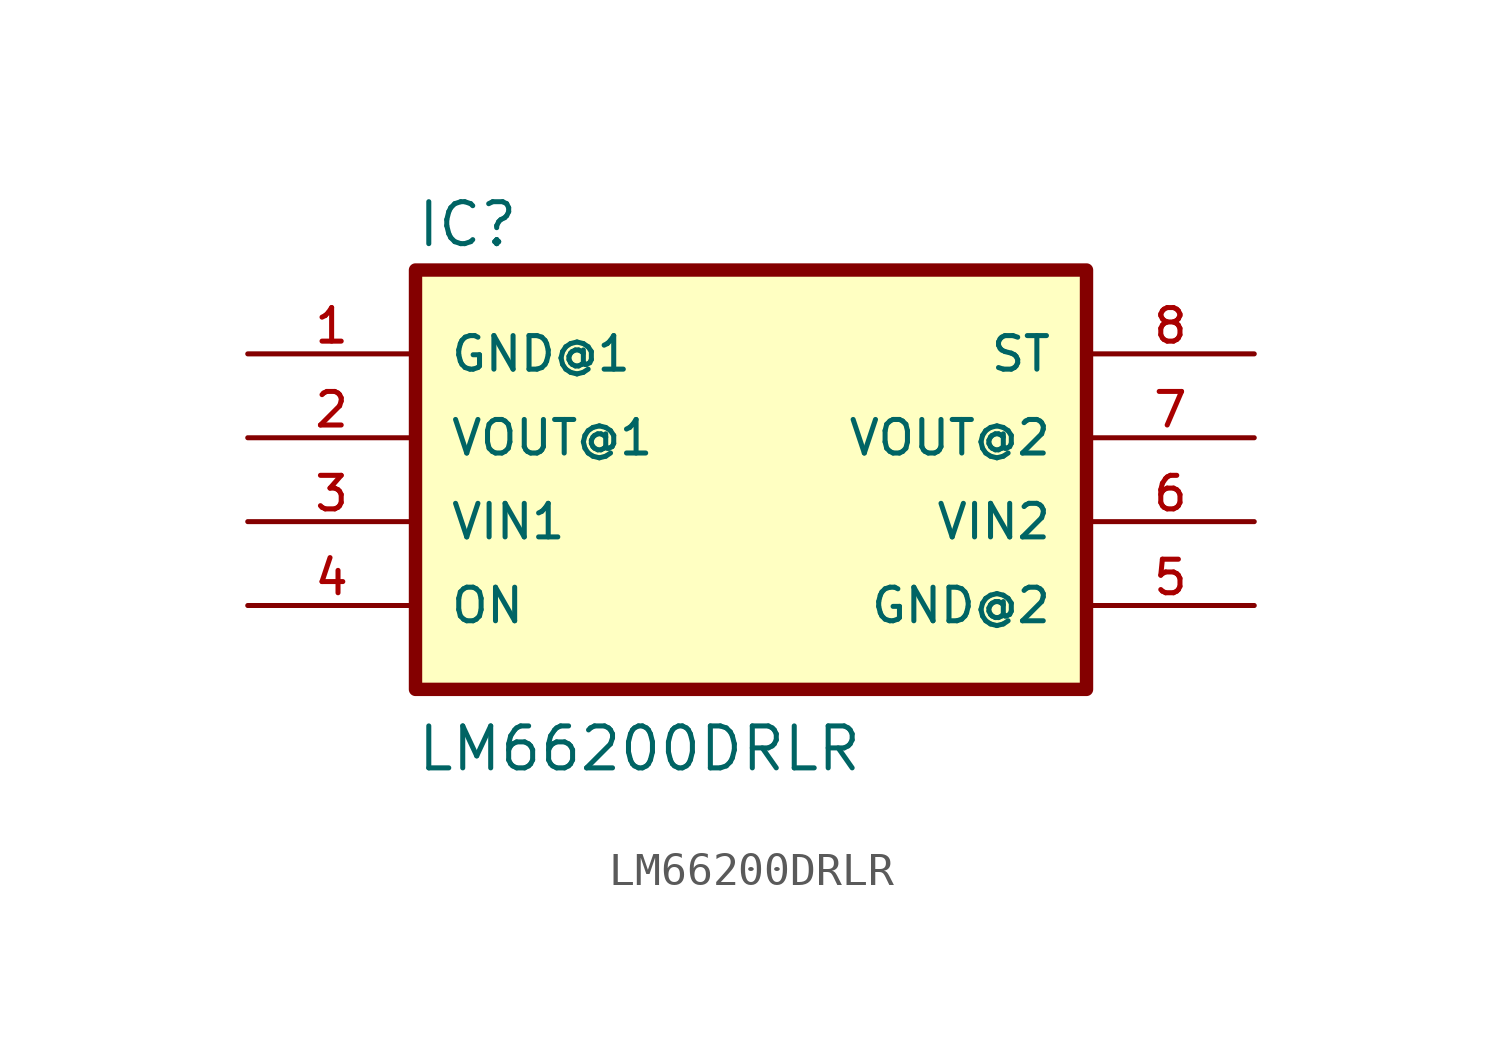
<source format=kicad_sym>
(kicad_symbol_lib
  (version 20211014)
  (generator kicad_symbol_editor)
  (symbol "LM66200DRLR"
    (pin_names
      (offset 1.016))
    (property "Reference" "IC"
      (at -10.16 8.255 0)
      (effects (font (size 1.27 1.27)) (justify bottom left)))
    (property "Value" "LM66200DRLR"
      (at -10.16 -7.62 0)
      (effects (font (size 1.27 1.27)) (justify bottom left)))
    (symbol "LM66200DRLR_0_0"
      (rectangle (start -10.16 -5.08) (end 10.16 7.62) (stroke (width 0.406)) (fill (type background)))
      (pin passive line (at -15.24 5.08 0) (length 5.08) (name "GND@1" (effects (font (size 1.016 1.016)))) (number "1" (effects (font (size 1.016 1.016)))))
      (pin passive line (at -15.24 0.0 0) (length 5.08) (name "VIN1" (effects (font (size 1.016 1.016)))) (number "3" (effects (font (size 1.016 1.016)))))
      (pin passive line (at -15.24 -2.54 0) (length 5.08) (name "ON" (effects (font (size 1.016 1.016)))) (number "4" (effects (font (size 1.016 1.016)))))
      (pin passive line (at 15.24 5.08 180.0) (length 5.08) (name "ST" (effects (font (size 1.016 1.016)))) (number "8" (effects (font (size 1.016 1.016)))))
      (pin passive line (at 15.24 -2.54 180.0) (length 5.08) (name "GND@2" (effects (font (size 1.016 1.016)))) (number "5" (effects (font (size 1.016 1.016)))))
      (pin passive line (at 15.24 0.0 180.0) (length 5.08) (name "VIN2" (effects (font (size 1.016 1.016)))) (number "6" (effects (font (size 1.016 1.016)))))
      (pin passive line (at 15.24 2.54 180.0) (length 5.08) (name "VOUT@2" (effects (font (size 1.016 1.016)))) (number "7" (effects (font (size 1.016 1.016)))))
      (pin passive line (at -15.24 2.54 0) (length 5.08) (name "VOUT@1" (effects (font (size 1.016 1.016)))) (number "2" (effects (font (size 1.016 1.016))))))))
</source>
